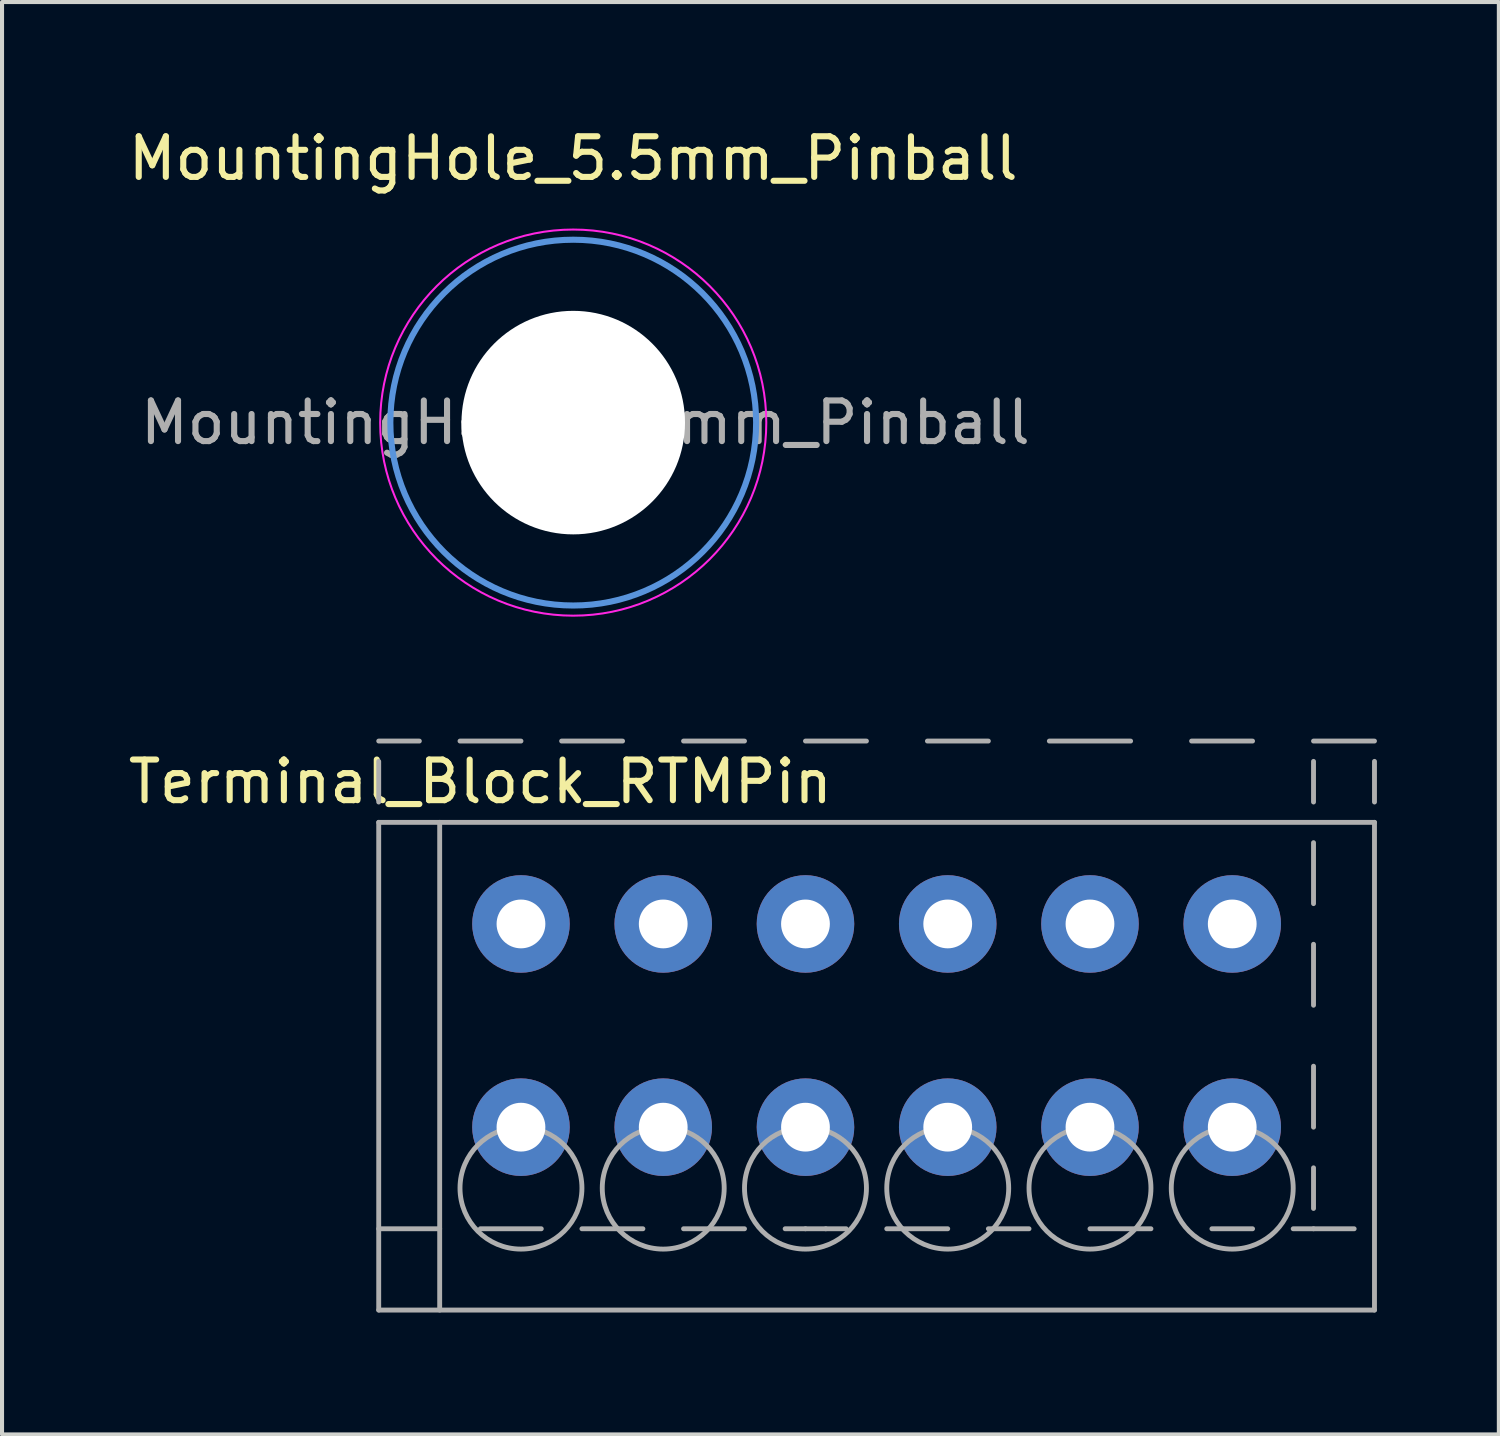
<source format=kicad_pcb>
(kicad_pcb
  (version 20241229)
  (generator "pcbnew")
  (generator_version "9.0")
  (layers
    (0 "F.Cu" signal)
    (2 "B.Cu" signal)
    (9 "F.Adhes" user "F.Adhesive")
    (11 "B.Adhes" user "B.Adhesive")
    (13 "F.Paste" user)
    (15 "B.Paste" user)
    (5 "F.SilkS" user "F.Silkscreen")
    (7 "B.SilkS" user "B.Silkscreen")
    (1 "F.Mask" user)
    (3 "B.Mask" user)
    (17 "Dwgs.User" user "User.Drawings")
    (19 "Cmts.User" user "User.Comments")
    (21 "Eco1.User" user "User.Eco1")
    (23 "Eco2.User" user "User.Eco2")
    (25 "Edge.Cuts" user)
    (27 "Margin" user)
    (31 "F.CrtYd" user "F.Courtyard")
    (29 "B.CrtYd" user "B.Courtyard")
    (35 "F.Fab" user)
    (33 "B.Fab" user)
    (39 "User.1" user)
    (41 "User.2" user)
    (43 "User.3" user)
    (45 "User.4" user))
  (footprint "Terminal_Block_RTMPin"
    (layer "F.Cu")
    (at 9.768 24.683)
    (property "Reference" "Terminal_Block_RTMPin" (at -1 -8.5 0) (layer "F.SilkS") (effects (font (size 1 1) (thickness 0.15))))
    (attr through_hole)
    (fp_line (start -3.5 -9.5) (end -2.5 -9.5) (stroke (width 0.12) (type solid)) (layer "F.Fab"))
    (fp_line (start -3.5 -9) (end -3.5 -8) (stroke (width 0.12) (type solid)) (layer "F.Fab"))
    (fp_line (start -3.5 -7.5) (end -3.5 4.5) (stroke (width 0.12) (type solid)) (layer "F.Fab"))
    (fp_line (start -3.5 2.5) (end -2 2.5) (stroke (width 0.12) (type solid)) (layer "F.Fab"))
    (fp_line (start -3.5 4.5) (end 21 4.5) (stroke (width 0.12) (type solid)) (layer "F.Fab"))
    (fp_line (start -2 -7.5) (end -2 4.5) (stroke (width 0.12) (type solid)) (layer "F.Fab"))
    (fp_line (start -1.5 -9.5) (end 0 -9.5) (stroke (width 0.12) (type solid)) (layer "F.Fab"))
    (fp_line (start -1 2.5) (end 0.5 2.5) (stroke (width 0.12) (type solid)) (layer "F.Fab"))
    (fp_line (start 1 -9.5) (end 2.5 -9.5) (stroke (width 0.12) (type solid)) (layer "F.Fab"))
    (fp_line (start 1.5 2.5) (end 3 2.5) (stroke (width 0.12) (type solid)) (layer "F.Fab"))
    (fp_line (start 4 -9.5) (end 5.5 -9.5) (stroke (width 0.12) (type solid)) (layer "F.Fab"))
    (fp_line (start 4 2.5) (end 5.5 2.5) (stroke (width 0.12) (type solid)) (layer "F.Fab"))
    (fp_line (start 7 -9.5) (end 8.5 -9.5) (stroke (width 0.12) (type solid)) (layer "F.Fab"))
    (fp_line (start 7 2.5) (end 6.5 2.5) (stroke (width 0.12) (type solid)) (layer "F.Fab"))
    (fp_line (start 7 2.5) (end 7.5 2.5) (stroke (width 0.12) (type solid)) (layer "F.Fab"))
    (fp_line (start 7.5 2.5) (end 8 2.5) (stroke (width 0.12) (type solid)) (layer "F.Fab"))
    (fp_line (start 9 2.5) (end 10.5 2.5) (stroke (width 0.12) (type solid)) (layer "F.Fab"))
    (fp_line (start 10 -9.5) (end 11.5 -9.5) (stroke (width 0.12) (type solid)) (layer "F.Fab"))
    (fp_line (start 11.5 2.5) (end 12.5 2.5) (stroke (width 0.12) (type solid)) (layer "F.Fab"))
    (fp_line (start 13 -9.5) (end 15 -9.5) (stroke (width 0.12) (type solid)) (layer "F.Fab"))
    (fp_line (start 14 2.5) (end 15.5 2.5) (stroke (width 0.12) (type solid)) (layer "F.Fab"))
    (fp_line (start 16.5 -9.5) (end 18 -9.5) (stroke (width 0.12) (type solid)) (layer "F.Fab"))
    (fp_line (start 17 2.5) (end 18 2.5) (stroke (width 0.12) (type solid)) (layer "F.Fab"))
    (fp_line (start 19 2.5) (end 19.5 2.5) (stroke (width 0.12) (type solid)) (layer "F.Fab"))
    (fp_line (start 19.5 -9.5) (end 21 -9.5) (stroke (width 0.12) (type solid)) (layer "F.Fab"))
    (fp_line (start 19.5 -9) (end 19.5 -8) (stroke (width 0.12) (type solid)) (layer "F.Fab"))
    (fp_line (start 19.5 -7) (end 19.5 -5.5) (stroke (width 0.12) (type solid)) (layer "F.Fab"))
    (fp_line (start 19.5 -4.5) (end 19.5 -3) (stroke (width 0.12) (type solid)) (layer "F.Fab"))
    (fp_line (start 19.5 -1.5) (end 19.5 0) (stroke (width 0.12) (type solid)) (layer "F.Fab"))
    (fp_line (start 19.5 1) (end 19.5 2) (stroke (width 0.12) (type solid)) (layer "F.Fab"))
    (fp_line (start 19.5 2.5) (end 20.5 2.5) (stroke (width 0.12) (type solid)) (layer "F.Fab"))
    (fp_line (start 21 -9) (end 21 -8) (stroke (width 0.12) (type solid)) (layer "F.Fab"))
    (fp_line (start 21 -7.5) (end -3.5 -7.5) (stroke (width 0.12) (type solid)) (layer "F.Fab"))
    (fp_line (start 21 4.5) (end 21 -7.5) (stroke (width 0.12) (type solid)) (layer "F.Fab"))
    (fp_circle (center 0 1.5) (end 1.5 1.5) (stroke (width 0.12) (type solid)) (fill no) (layer "F.Fab"))
    (fp_circle (center 3.5 1.5) (end 5 1.5) (stroke (width 0.12) (type solid)) (fill no) (layer "F.Fab"))
    (fp_circle (center 7 1.5) (end 8.5 1.5) (stroke (width 0.12) (type solid)) (fill no) (layer "F.Fab"))
    (fp_circle (center 10.5 1.5) (end 12 1.5) (stroke (width 0.12) (type solid)) (fill no) (layer "F.Fab"))
    (fp_circle (center 14 1.5) (end 15.5 1.5) (stroke (width 0.12) (type solid)) (fill no) (layer "F.Fab"))
    (fp_circle (center 17.5 1.5) (end 19 1.5) (stroke (width 0.12) (type solid)) (fill no) (layer "F.Fab"))
    (pad "1" thru_hole circle (at 0 -5) (size 2.4 2.4) (drill 1.2) (layers "*.Cu" "*.Mask"))
    (pad "1" thru_hole circle (at 0 0) (size 2.4 2.4) (drill 1.2) (layers "*.Cu" "*.Mask"))
    (pad "2" thru_hole circle (at 3.5 -5) (size 2.4 2.4) (drill 1.2) (layers "*.Cu" "*.Mask"))
    (pad "2" thru_hole circle (at 3.5 0) (size 2.4 2.4) (drill 1.2) (layers "*.Cu" "*.Mask"))
    (pad "3" thru_hole circle (at 7 -5) (size 2.4 2.4) (drill 1.2) (layers "*.Cu" "*.Mask"))
    (pad "3" thru_hole circle (at 7 0) (size 2.4 2.4) (drill 1.2) (layers "*.Cu" "*.Mask"))
    (pad "4" thru_hole circle (at 10.5 -5) (size 2.4 2.4) (drill 1.2) (layers "*.Cu" "*.Mask"))
    (pad "4" thru_hole circle (at 10.5 0) (size 2.4 2.4) (drill 1.2) (layers "*.Cu" "*.Mask"))
    (pad "5" thru_hole circle (at 14 -5) (size 2.4 2.4) (drill 1.2) (layers "*.Cu" "*.Mask"))
    (pad "5" thru_hole circle (at 14 0) (size 2.4 2.4) (drill 1.2) (layers "*.Cu" "*.Mask"))
    (pad "6" thru_hole circle (at 17.5 -5) (size 2.4 2.4) (drill 1.2) (layers "*.Cu" "*.Mask"))
    (pad "6" thru_hole circle (at 17.5 0) (size 2.4 2.4) (drill 1.2) (layers "*.Cu" "*.Mask")))
  (footprint "MountingHole_5.5mm_Pinball"
    (layer "F.Cu")
    (at 11.054 7.348)
    (property "Reference" "MountingHole_5.5mm_Pinball" (at 0 -6.5 0) (layer "F.SilkS") (effects (font (size 1 1) (thickness 0.15))))
    (attr exclude_from_pos_files exclude_from_bom)
    (fp_circle (center 0 0) (end 4.5 0) (stroke (width 0.15) (type solid)) (fill no) (layer "Cmts.User"))
    (fp_circle (center 0 0) (end 4.75 0) (stroke (width 0.05) (type solid)) (fill no) (layer "F.CrtYd"))
    (fp_text user "${REFERENCE}" (at 0.3 0 0) (layer "F.Fab") (effects (font (size 1 1) (thickness 0.15))))
    (pad "" np_thru_hole circle (at 0 0) (size 5.5 5.5) (drill 5.5) (layers "*.Cu" "*.Mask")))
  (gr_rect
    (start -3 -3)
    (end 33.828 32.243)
    (stroke (width 0.1) (type default))
    (fill no)
    (layer "Edge.Cuts")))
</source>
